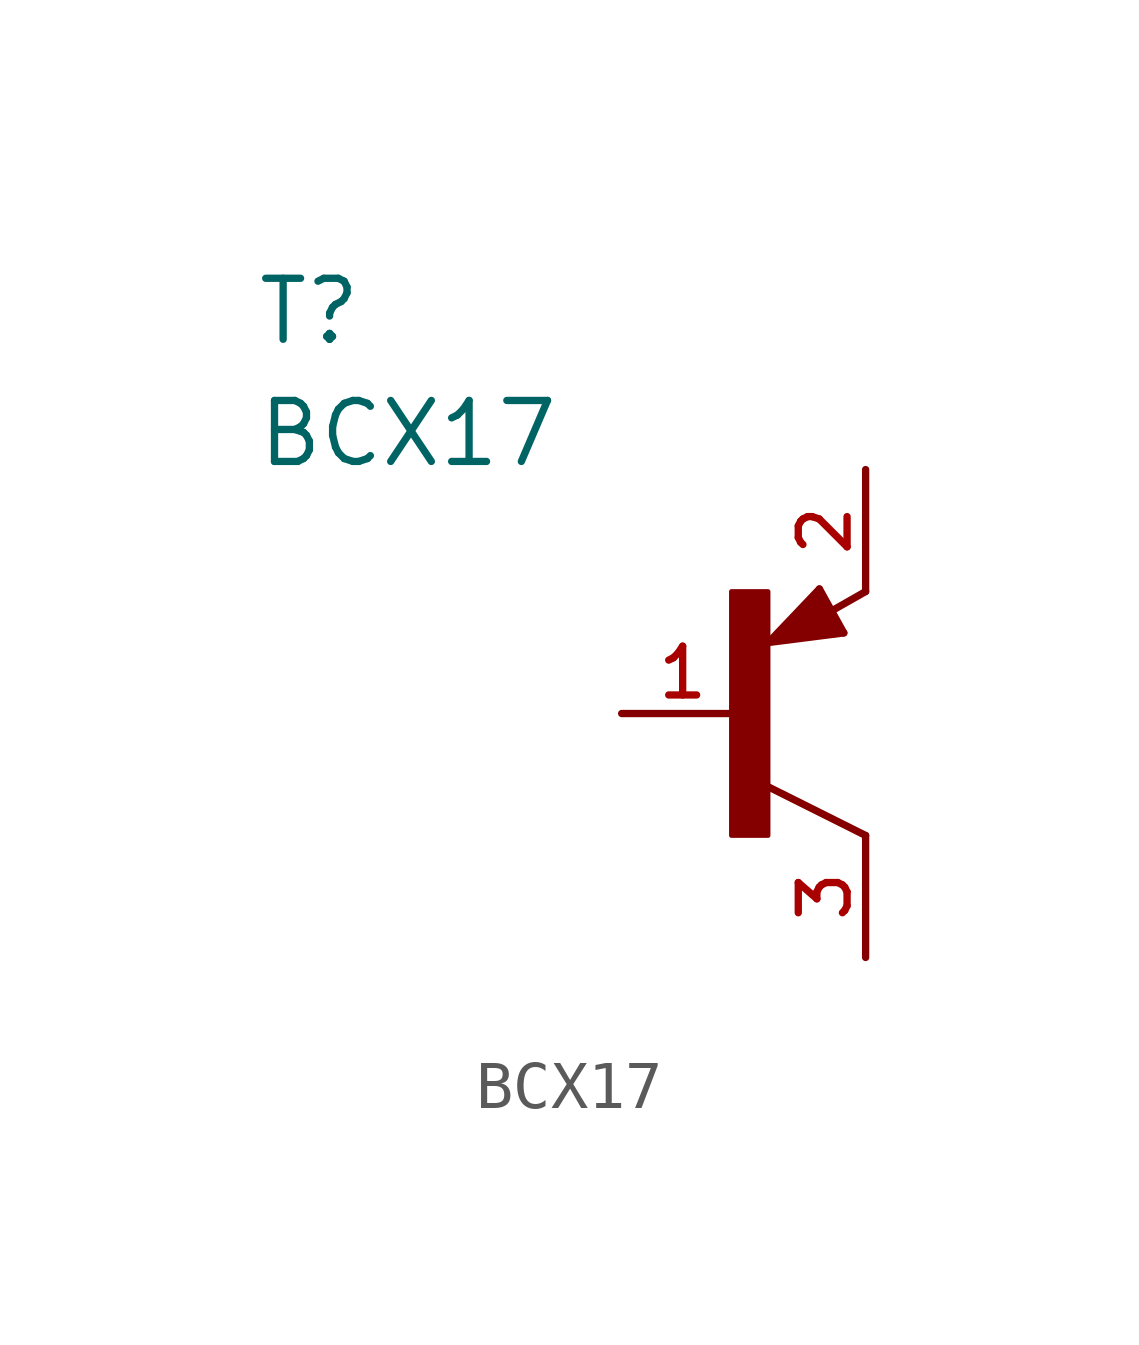
<source format=kicad_sym>
(kicad_symbol_lib
  (version 20211014)
  (generator kicad_symbol_editor)
  (symbol "BCX17"
    (pin_names
      (offset 1.016))
    (property "Reference" "T"
      (at -10.174 7.63 0)
      (effects (font (size 1.27 1.27)) (justify bottom left)))
    (property "Value" "BCX17"
      (at -10.172 5.086 0)
      (effects (font (size 1.27 1.27)) (justify bottom left)))
    (symbol "BCX17_0_0"
      (polyline (pts (xy 2.086 1.678) (xy 1.578 2.594)) (stroke (width 0.152)))
      (polyline (pts (xy 1.578 2.594) (xy 0.516 1.478)) (stroke (width 0.152)))
      (polyline (pts (xy 0.516 1.478) (xy 2.086 1.678)) (stroke (width 0.152)))
      (polyline (pts (xy 2.54 2.54) (xy 1.808 2.124)) (stroke (width 0.152)))
      (polyline (pts (xy 2.54 -2.54) (xy 0.508 -1.524)) (stroke (width 0.152)))
      (polyline (pts (xy 1.905 1.778) (xy 1.524 2.413)) (stroke (width 0.254)))
      (polyline (pts (xy 1.524 2.413) (xy 0.762 1.651)) (stroke (width 0.254)))
      (polyline (pts (xy 0.762 1.651) (xy 1.778 1.778)) (stroke (width 0.254)))
      (polyline (pts (xy 1.778 1.778) (xy 1.524 2.159)) (stroke (width 0.254)))
      (polyline (pts (xy 1.524 2.159) (xy 1.143 1.905)) (stroke (width 0.254)))
      (polyline (pts (xy 1.143 1.905) (xy 1.524 1.905)) (stroke (width 0.254)))
      (rectangle (start -0.254 -2.54) (end 0.508 2.54) (stroke (width 0.1)) (fill (type outline)))
      (pin passive line (at -2.54 0.0 0) (length 2.54) (name "~" (effects (font (size 1.016 1.016)))) (number "1" (effects (font (size 1.016 1.016)))))
      (pin passive line (at 2.54 5.08 270.0) (length 2.54) (name "~" (effects (font (size 1.016 1.016)))) (number "2" (effects (font (size 1.016 1.016)))))
      (pin passive line (at 2.54 -5.08 90.0) (length 2.54) (name "~" (effects (font (size 1.016 1.016)))) (number "3" (effects (font (size 1.016 1.016))))))))
</source>
